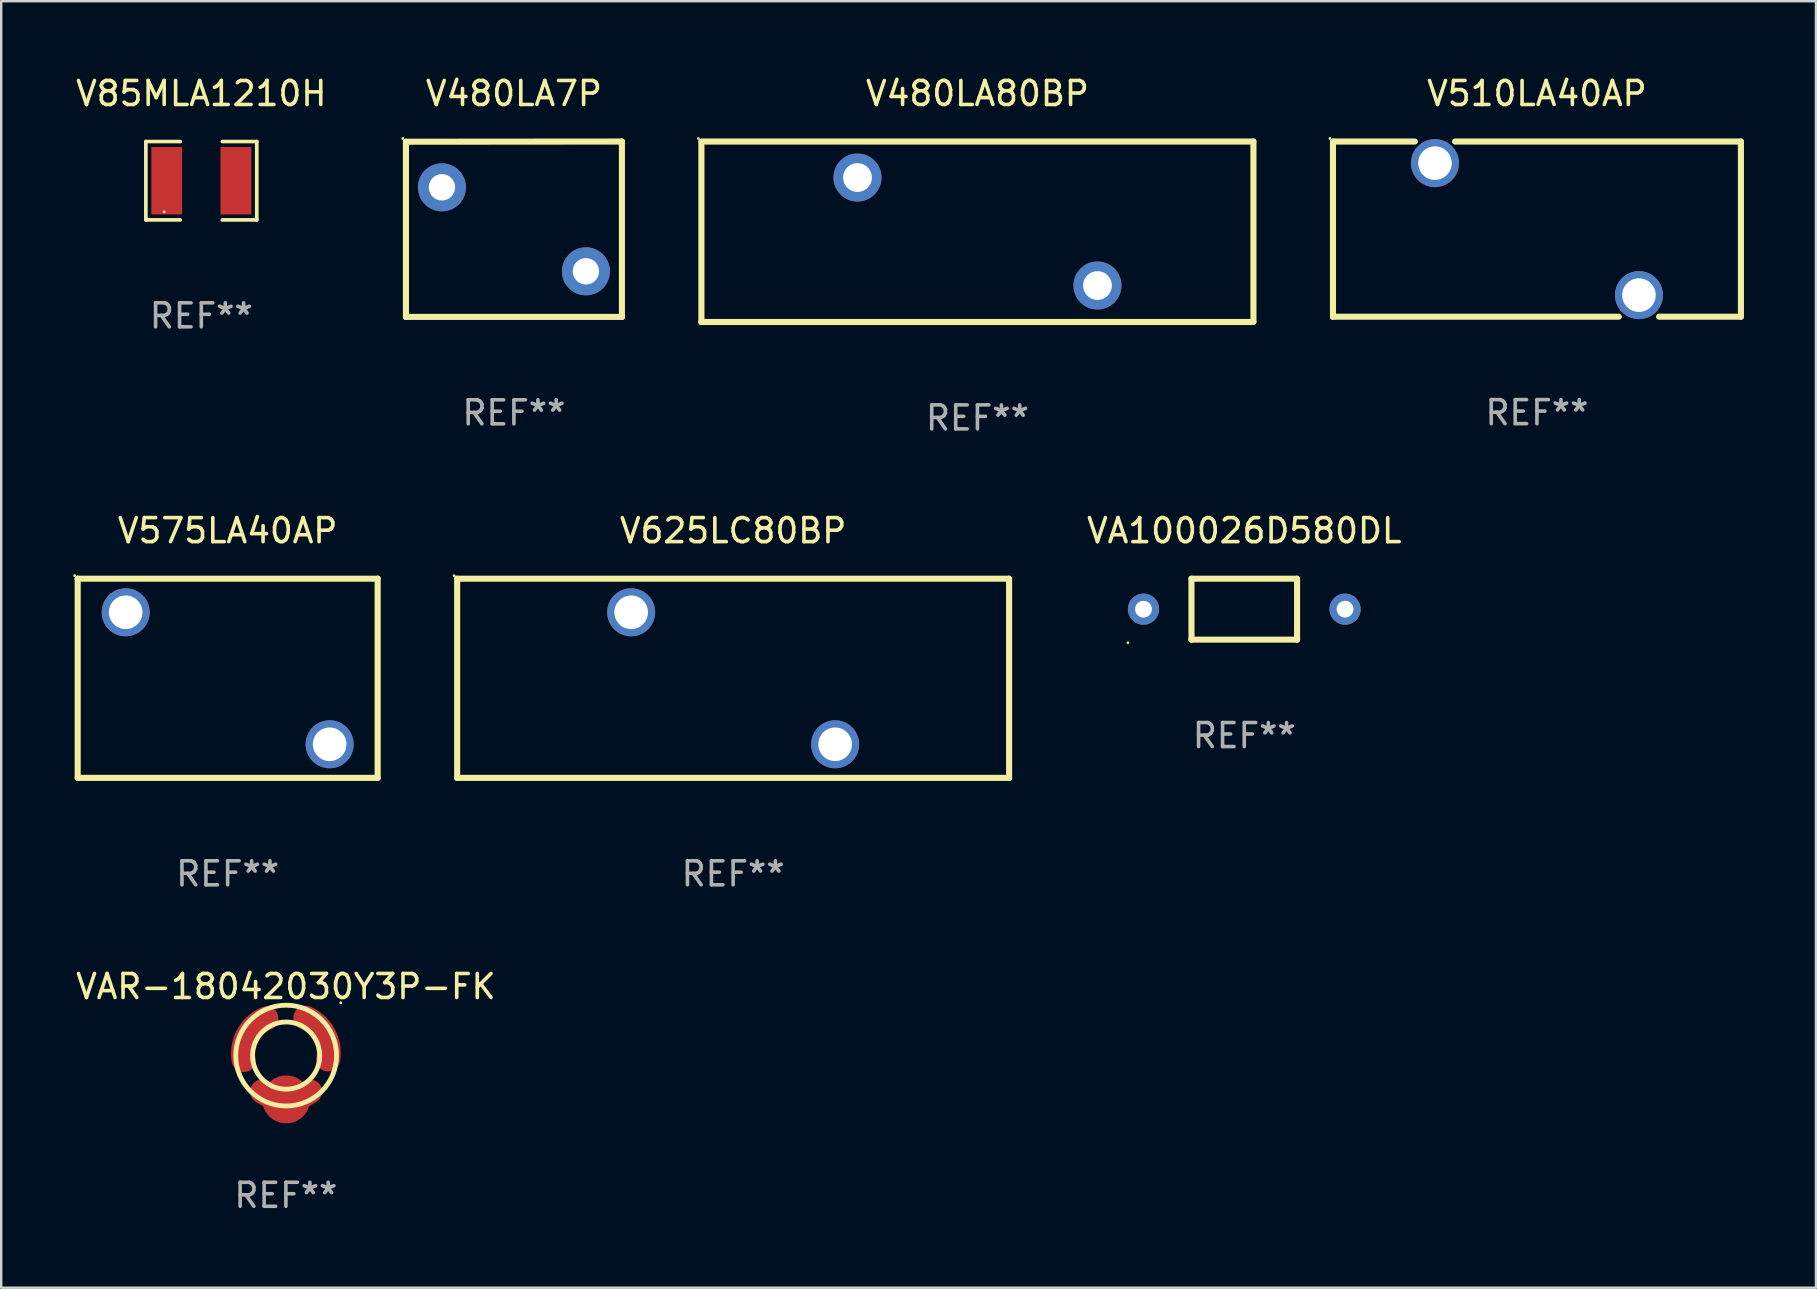
<source format=kicad_pcb>
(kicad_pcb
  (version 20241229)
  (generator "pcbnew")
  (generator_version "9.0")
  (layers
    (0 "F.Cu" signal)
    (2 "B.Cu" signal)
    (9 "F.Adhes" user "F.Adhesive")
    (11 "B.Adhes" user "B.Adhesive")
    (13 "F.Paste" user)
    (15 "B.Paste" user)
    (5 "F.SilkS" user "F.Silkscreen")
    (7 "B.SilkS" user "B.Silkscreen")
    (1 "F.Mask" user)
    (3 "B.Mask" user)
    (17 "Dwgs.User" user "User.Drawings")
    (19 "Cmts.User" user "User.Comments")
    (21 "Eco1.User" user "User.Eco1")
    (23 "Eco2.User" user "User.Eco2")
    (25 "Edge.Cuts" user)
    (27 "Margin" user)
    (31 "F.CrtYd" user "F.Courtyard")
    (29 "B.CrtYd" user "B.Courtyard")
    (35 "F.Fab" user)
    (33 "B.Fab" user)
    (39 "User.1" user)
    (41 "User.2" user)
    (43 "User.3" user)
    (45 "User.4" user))
  (footprint "V625LC80BP"
    (layer "F.Cu")
    (at 27.501 25.215)
    (property "Reference" "V625LC80BP" (at 0 -6.15 0) (layer "F.SilkS") (effects (font (size 1 1) (thickness 0.15))))
    (attr through_hole)
    (fp_line (start -11.5 -4.15) (end 11.5 -4.15) (stroke (width 0.254) (type solid)) (layer "F.SilkS"))
    (fp_line (start -11.5 4.15) (end -11.5 -4.15) (stroke (width 0.254) (type solid)) (layer "F.SilkS"))
    (fp_line (start 11.5 4.15) (end -11.5 4.15) (stroke (width 0.254) (type solid)) (layer "F.SilkS"))
    (fp_line (start 11.5 4.15) (end 11.5 -4.15) (stroke (width 0.254) (type solid)) (layer "F.SilkS"))
    (fp_circle (center -11.627 -4.277) (end -11.597 -4.277) (stroke (width 0.06) (type solid)) (fill no) (layer "F.SilkS"))
    (fp_text user "REF**" (at 0 8.15 0) (layer "F.Fab") (effects (font (size 1 1) (thickness 0.15))))
    (pad "1" thru_hole circle (at -4.25 -2.75) (size 2 2) (drill 1.4) (layers "*.Cu" "*.Mask"))
    (pad "2" thru_hole circle (at 4.25 2.75) (size 2 2) (drill 1.4) (layers "*.Cu" "*.Mask")))
  (footprint "V85MLA1210H"
    (layer "F.Cu")
    (at 5.339 4.481)
    (property "Reference" "V85MLA1210H" (at 0 -3.633 0) (layer "F.SilkS") (effects (font (size 1 1) (thickness 0.15))))
    (attr through_hole)
    (fp_line (start -2.311 -1.633) (end -0.876 -1.633) (stroke (width 0.152) (type solid)) (layer "F.SilkS"))
    (fp_line (start -2.311 1.633) (end -2.311 -1.633) (stroke (width 0.152) (type solid)) (layer "F.SilkS"))
    (fp_line (start -0.876 1.633) (end -2.311 1.633) (stroke (width 0.152) (type solid)) (layer "F.SilkS"))
    (fp_line (start 0.876 1.633) (end 2.311 1.633) (stroke (width 0.152) (type solid)) (layer "F.SilkS"))
    (fp_line (start 2.311 -1.633) (end 0.876 -1.633) (stroke (width 0.152) (type solid)) (layer "F.SilkS"))
    (fp_line (start 2.311 1.633) (end 2.311 -1.633) (stroke (width 0.152) (type solid)) (layer "F.SilkS"))
    (fp_circle (center -1.55 1.3) (end -1.52 1.3) (stroke (width 0.06) (type solid)) (fill no) (layer "F.SilkS"))
    (fp_text user "REF**" (at 0 5.633 0) (layer "F.Fab") (effects (font (size 1 1) (thickness 0.15))))
    (pad "1" smd rect (at -1.441 0) (size 1.283 2.808) (layers "F.Cu" "F.Mask" "F.Paste"))
    (pad "2" smd rect (at 1.441 0) (size 1.283 2.808) (layers "F.Cu" "F.Mask" "F.Paste")))
  (footprint "V510LA40AP"
    (layer "F.Cu")
    (at 60.997 6.498)
    (property "Reference" "V510LA40AP" (at 0 -5.65 0) (layer "F.SilkS") (effects (font (size 1 1) (thickness 0.15))))
    (attr through_hole)
    (fp_line (start -8.5 -3.65) (end -8.5 3.65) (stroke (width 0.254) (type solid)) (layer "F.SilkS"))
    (fp_line (start -8.5 -3.65) (end -5.089 -3.65) (stroke (width 0.254) (type solid)) (layer "F.SilkS"))
    (fp_line (start -8.5 3.65) (end 3.411 3.65) (stroke (width 0.254) (type solid)) (layer "F.SilkS"))
    (fp_line (start -3.411 -3.65) (end 8.5 -3.65) (stroke (width 0.254) (type solid)) (layer "F.SilkS"))
    (fp_line (start 5.089 3.65) (end 8.5 3.65) (stroke (width 0.254) (type solid)) (layer "F.SilkS"))
    (fp_line (start 8.5 -3.65) (end 8.5 3.65) (stroke (width 0.254) (type solid)) (layer "F.SilkS"))
    (fp_circle (center -8.627 -3.777) (end -8.597 -3.777) (stroke (width 0.06) (type solid)) (fill no) (layer "F.SilkS"))
    (fp_text user "REF**" (at 0 7.65 0) (layer "F.Fab") (effects (font (size 1 1) (thickness 0.15))))
    (pad "1" thru_hole circle (at -4.25 -2.75) (size 2 2) (drill 1.4) (layers "*.Cu" "*.Mask"))
    (pad "2" thru_hole circle (at 4.25 2.75) (size 2 2) (drill 1.4) (layers "*.Cu" "*.Mask")))
  (footprint "VA100026D580DL"
    (layer "F.Cu")
    (at 48.801 22.335)
    (property "Reference" "VA100026D580DL" (at 0 -3.27 0) (layer "F.SilkS") (effects (font (size 1 1) (thickness 0.15))))
    (attr through_hole)
    (fp_line (start -2.2 -1.27) (end -2.2 1.27) (stroke (width 0.254) (type solid)) (layer "F.SilkS"))
    (fp_line (start 2.2 -1.27) (end -2.2 -1.27) (stroke (width 0.254) (type solid)) (layer "F.SilkS"))
    (fp_line (start 2.2 -1.27) (end 2.2 1.27) (stroke (width 0.254) (type solid)) (layer "F.SilkS"))
    (fp_line (start 2.2 1.27) (end -2.2 1.27) (stroke (width 0.254) (type solid)) (layer "F.SilkS"))
    (fp_circle (center -4.85 1.397) (end -4.82 1.397) (stroke (width 0.06) (type solid)) (fill no) (layer "F.SilkS"))
    (fp_text user "REF**" (at 0 5.27 0) (layer "F.Fab") (effects (font (size 1 1) (thickness 0.15))))
    (pad "1" thru_hole circle (at -4.2 0) (size 1.3 1.3) (drill 0.7) (layers "*.Cu" "*.Mask"))
    (pad "2" thru_hole circle (at 4.2 0) (size 1.3 1.3) (drill 0.7) (layers "*.Cu" "*.Mask")))
  (footprint "V480LA80BP"
    (layer "F.Cu")
    (at 37.681 6.608)
    (property "Reference" "V480LA80BP" (at 0 -5.76 0) (layer "F.SilkS") (effects (font (size 1 1) (thickness 0.15))))
    (attr through_hole)
    (fp_line (start -11.502 3.76) (end -11.502 -3.738) (stroke (width 0.254) (type solid)) (layer "F.SilkS"))
    (fp_line (start -11.498 -3.76) (end 11.502 -3.76) (stroke (width 0.254) (type solid)) (layer "F.SilkS"))
    (fp_line (start 11.501 3.76) (end -11.502 3.76) (stroke (width 0.254) (type solid)) (layer "F.SilkS"))
    (fp_line (start 11.502 -3.76) (end 11.502 3.74) (stroke (width 0.254) (type solid)) (layer "F.SilkS"))
    (fp_circle (center -11.629 -3.887) (end -11.599 -3.887) (stroke (width 0.06) (type solid)) (fill no) (layer "F.SilkS"))
    (fp_text user "REF**" (at 0 7.76 0) (layer "F.Fab") (effects (font (size 1 1) (thickness 0.15))))
    (pad "1" thru_hole circle (at -4.998 -2.26) (size 2 2) (drill 1.2) (layers "*.Cu" "*.Mask"))
    (pad "2" thru_hole circle (at 5.002 2.24) (size 2 2) (drill 1.2) (layers "*.Cu" "*.Mask")))
  (footprint "V575LA40AP"
    (layer "F.Cu")
    (at 6.437 25.215)
    (property "Reference" "V575LA40AP" (at 0 -6.15 0) (layer "F.SilkS") (effects (font (size 1 1) (thickness 0.15))))
    (attr through_hole)
    (fp_line (start -6.25 4.15) (end -6.25 -4.15) (stroke (width 0.254) (type solid)) (layer "F.SilkS"))
    (fp_line (start -6.25 -4.15) (end 6.25 -4.15) (stroke (width 0.254) (type solid)) (layer "F.SilkS"))
    (fp_line (start 6.25 4.15) (end -6.25 4.15) (stroke (width 0.254) (type solid)) (layer "F.SilkS"))
    (fp_line (start 6.25 4.15) (end 6.25 -4.15) (stroke (width 0.254) (type solid)) (layer "F.SilkS"))
    (fp_circle (center -6.377 -4.277) (end -6.347 -4.277) (stroke (width 0.06) (type solid)) (fill no) (layer "F.SilkS"))
    (fp_text user "REF**" (at 0 8.15 0) (layer "F.Fab") (effects (font (size 1 1) (thickness 0.15))))
    (pad "1" thru_hole circle (at -4.25 -2.75) (size 2 2) (drill 1.4) (layers "*.Cu" "*.Mask"))
    (pad "2" thru_hole circle (at 4.25 2.75) (size 2 2) (drill 1.4) (layers "*.Cu" "*.Mask")))
  (footprint "VAR-18042030Y3P-FK"
    (layer "F.Cu")
    (at 8.863 41.412)
    (property "Reference" "VAR-18042030Y3P-FK" (at 0 -3.351 0) (layer "F.SilkS") (effects (font (size 1 1) (thickness 0.15))))
    (attr through_hole)
    (fp_circle (center 0.011 -0.474) (end 1.411 -0.474) (stroke (width 0.2) (type solid)) (fill no) (layer "F.SilkS"))
    (fp_circle (center 0.011 -0.474) (end 2.111 -0.474) (stroke (width 0.2) (type solid)) (fill no) (layer "F.SilkS"))
    (fp_circle (center 2.285 -2.675) (end 2.315 -2.675) (stroke (width 0.06) (type solid)) (fill no) (layer "F.SilkS"))
    (fp_arc (start -1.761672 -0.284303) (mid -1.553752 -1.30012) (end -0.811684 -2.024308) (stroke (width 0.8) (type solid)) (layer "F.Paste"))
    (fp_arc (start -0.988748 1.022911) (mid 0.011252 0.502255) (end 1.011252 1.022911) (stroke (width 0.8) (type solid)) (layer "F.Paste"))
    (fp_arc (start 1.754204 -0.324359) (mid 1.220902 -1.162533) (end 0.804191 -2.064364) (stroke (width 0.8) (type solid)) (layer "F.Paste"))
    (fp_text user "REF**" (at 0 5.351 0) (layer "F.Fab") (effects (font (size 1 1) (thickness 0.15))))
    (pad "1" smd custom (at 1.591 -1.351) (size 0.974 1.74) (layers "F.Cu" "F.Mask" "F.Paste") (options (anchor circle)) (primitives (gr_poly (pts (xy -0.973 -0.243) (xy -0.93 -0.223) (xy -0.888 -0.202) (xy -0.846 -0.179) (xy -0.806 -0.155) (xy -0.767 -0.128) (xy -0.729 -0.1) (xy -0.692 -0.07) (xy -0.656 -0.039) (xy -0.622 -0.006) (xy -0.59 0.028) (xy -0.559 0.064) (xy -0.529 0.101) (xy -0.501 0.139) (xy -0.475 0.178) (xy -0.45 0.219) (xy -0.428 0.261) (xy -0.407 0.303) (xy -0.388 0.346) (xy -0.371 0.39) (xy -0.356 0.435) (xy -0.343 0.481) (xy -0.331 0.527) (xy -0.322 0.573) (xy -0.315 0.62) (xy -0.31 0.667) (xy -0.307 0.714) (xy -0.306 0.761) (xy -0.307 0.809) (xy -0.31 0.856) (xy -0.315 0.903) (xy -0.322 0.95) (xy -0.327 0.982) (xy -0.329 1.014) (xy -0.33 1.046) (xy -0.328 1.078) (xy -0.324 1.109) (xy -0.319 1.141) (xy -0.311 1.172) (xy -0.301 1.203) (xy -0.29 1.233) (xy -0.276 1.262) (xy -0.261 1.29) (xy -0.244 1.317) (xy -0.225 1.343) (xy -0.204 1.367) (xy -0.182 1.391) (xy -0.159 1.413) (xy -0.134 1.433) (xy -0.108 1.452) (xy -0.081 1.469) (xy -0.053 1.484) (xy -0.023 1.497) (xy 0.006 1.509) (xy 0.037 1.518) (xy 0.068 1.526) (xy 0.1 1.531) (xy 0.132 1.535) (xy 0.164 1.536) (xy 0.196 1.536) (xy 0.228 1.533) (xy 0.259 1.528) (xy 0.291 1.522) (xy 0.322 1.513) (xy 0.352 1.502) (xy 0.381 1.49) (xy 0.41 1.475) (xy 0.437 1.459) (xy 0.464 1.441) (xy 0.489 1.421) (xy 0.513 1.4) (xy 0.536 1.377) (xy 0.557 1.353) (xy 0.577 1.328) (xy 0.594 1.301) (xy 0.611 1.274) (xy 0.625 1.245) (xy 0.637 1.215) (xy 0.648 1.185) (xy 0.656 1.154) (xy 0.663 1.123) (xy 0.673 1.058) (xy 0.681 0.993) (xy 0.688 0.928) (xy 0.692 0.863) (xy 0.694 0.797) (xy 0.694 0.732) (xy 0.692 0.666) (xy 0.688 0.601) (xy 0.682 0.536) (xy 0.674 0.471) (xy 0.664 0.406) (xy 0.652 0.342) (xy 0.638 0.278) (xy 0.621 0.215) (xy 0.603 0.152) (xy 0.583 0.09) (xy 0.561 0.028) (xy 0.537 -0.033) (xy 0.512 -0.093) (xy 0.484 -0.152) (xy 0.454 -0.211) (xy 0.423 -0.268) (xy 0.39 -0.325) (xy 0.355 -0.38) (xy 0.318 -0.434) (xy 0.28 -0.487) (xy 0.24 -0.539) (xy 0.198 -0.59) (xy 0.155 -0.639) (xy 0.111 -0.687) (xy 0.065 -0.733) (xy 0.017 -0.778) (xy -0.032 -0.822) (xy -0.082 -0.864) (xy -0.134 -0.904) (xy -0.186 -0.943) (xy -0.24 -0.98) (xy -0.295 -1.015) (xy -0.352 -1.049) (xy -0.409 -1.08) (xy -0.467 -1.11) (xy -0.526 -1.138) (xy -0.586 -1.165) (xy -0.616 -1.176) (xy -0.647 -1.186) (xy -0.678 -1.193) (xy -0.709 -1.199) (xy -0.741 -1.202) (xy -0.773 -1.204) (xy -0.805 -1.203) (xy -0.837 -1.2) (xy -0.869 -1.196) (xy -0.9 -1.189) (xy -0.931 -1.18) (xy -0.961 -1.17) (xy -0.991 -1.157) (xy -1.019 -1.142) (xy -1.047 -1.126) (xy -1.074 -1.108) (xy -1.099 -1.089) (xy -1.123 -1.067) (xy -1.145 -1.045) (xy -1.166 -1.02) (xy -1.186 -0.995) (xy -1.204 -0.968) (xy -1.22 -0.941) (xy -1.234 -0.912) (xy -1.247 -0.882) (xy -1.257 -0.852) (xy -1.266 -0.821) (xy -1.272 -0.79) (xy -1.277 -0.758) (xy -1.279 -0.726) (xy -1.28 -0.694) (xy -1.278 -0.662) (xy -1.274 -0.63) (xy -1.268 -0.599) (xy -1.261 -0.568) (xy -1.251 -0.537) (xy -1.239 -0.507) (xy -1.226 -0.478) (xy -1.21 -0.45) (xy -1.193 -0.423) (xy -1.175 -0.397) (xy -1.154 -0.372) (xy -1.132 -0.349) (xy -1.109 -0.327) (xy -1.084 -0.307) (xy -1.058 -0.288) (xy -1.031 -0.271) (xy -1.002 -0.256) (xy -0.973 -0.243)) (width 0) (fill yes))))
    (pad "2" smd custom (at -1.591 -1.321) (size 0.974 1.74) (layers "F.Cu" "F.Mask" "F.Paste") (options (anchor circle)) (primitives (gr_poly (pts (xy 0.973 -0.243) (xy 0.93 -0.223) (xy 0.888 -0.202) (xy 0.846 -0.179) (xy 0.806 -0.155) (xy 0.767 -0.128) (xy 0.729 -0.1) (xy 0.692 -0.07) (xy 0.656 -0.039) (xy 0.622 -0.006) (xy 0.59 0.028) (xy 0.559 0.064) (xy 0.529 0.101) (xy 0.501 0.139) (xy 0.475 0.179) (xy 0.451 0.219) (xy 0.428 0.261) (xy 0.407 0.303) (xy 0.388 0.346) (xy 0.371 0.391) (xy 0.356 0.435) (xy 0.343 0.481) (xy 0.331 0.527) (xy 0.322 0.573) (xy 0.315 0.62) (xy 0.31 0.667) (xy 0.307 0.714) (xy 0.306 0.762) (xy 0.307 0.809) (xy 0.31 0.856) (xy 0.315 0.903) (xy 0.322 0.95) (xy 0.327 0.982) (xy 0.329 1.014) (xy 0.33 1.046) (xy 0.328 1.078) (xy 0.324 1.11) (xy 0.319 1.141) (xy 0.311 1.172) (xy 0.301 1.203) (xy 0.29 1.233) (xy 0.276 1.262) (xy 0.261 1.29) (xy 0.244 1.317) (xy 0.225 1.343) (xy 0.204 1.368) (xy 0.182 1.391) (xy 0.159 1.413) (xy 0.134 1.433) (xy 0.108 1.452) (xy 0.081 1.469) (xy 0.053 1.484) (xy 0.024 1.497) (xy -0.006 1.509) (xy -0.037 1.518) (xy -0.068 1.526) (xy -0.1 1.531) (xy -0.132 1.535) (xy -0.164 1.536) (xy -0.196 1.536) (xy -0.228 1.533) (xy -0.259 1.528) (xy -0.291 1.522) (xy -0.321 1.513) (xy -0.352 1.502) (xy -0.381 1.49) (xy -0.41 1.475) (xy -0.437 1.459) (xy -0.464 1.441) (xy -0.489 1.421) (xy -0.513 1.4) (xy -0.536 1.378) (xy -0.557 1.353) (xy -0.576 1.328) (xy -0.594 1.301) (xy -0.61 1.274) (xy -0.625 1.245) (xy -0.637 1.215) (xy -0.648 1.185) (xy -0.656 1.154) (xy -0.663 1.123) (xy -0.673 1.058) (xy -0.681 0.993) (xy -0.688 0.928) (xy -0.692 0.863) (xy -0.694 0.797) (xy -0.694 0.732) (xy -0.692 0.667) (xy -0.688 0.601) (xy -0.682 0.536) (xy -0.674 0.471) (xy -0.664 0.407) (xy -0.652 0.342) (xy -0.638 0.278) (xy -0.621 0.215) (xy -0.603 0.152) (xy -0.583 0.09) (xy -0.561 0.028) (xy -0.537 -0.033) (xy -0.511 -0.093) (xy -0.484 -0.152) (xy -0.454 -0.211) (xy -0.423 -0.268) (xy -0.39 -0.324) (xy -0.355 -0.38) (xy -0.318 -0.434) (xy -0.28 -0.487) (xy -0.24 -0.539) (xy -0.198 -0.59) (xy -0.155 -0.639) (xy -0.111 -0.687) (xy -0.065 -0.733) (xy -0.017 -0.778) (xy 0.032 -0.822) (xy 0.082 -0.864) (xy 0.134 -0.904) (xy 0.186 -0.942) (xy 0.24 -0.98) (xy 0.296 -1.015) (xy 0.352 -1.048) (xy 0.409 -1.08) (xy 0.467 -1.11) (xy 0.526 -1.138) (xy 0.586 -1.165) (xy 0.616 -1.176) (xy 0.647 -1.186) (xy 0.678 -1.193) (xy 0.709 -1.199) (xy 0.741 -1.202) (xy 0.773 -1.204) (xy 0.805 -1.203) (xy 0.837 -1.2) (xy 0.869 -1.196) (xy 0.9 -1.189) (xy 0.931 -1.18) (xy 0.961 -1.169) (xy 0.991 -1.157) (xy 1.019 -1.142) (xy 1.047 -1.126) (xy 1.074 -1.108) (xy 1.099 -1.088) (xy 1.123 -1.067) (xy 1.145 -1.044) (xy 1.167 -1.02) (xy 1.186 -0.995) (xy 1.204 -0.968) (xy 1.22 -0.941) (xy 1.234 -0.912) (xy 1.247 -0.882) (xy 1.257 -0.852) (xy 1.266 -0.821) (xy 1.272 -0.79) (xy 1.277 -0.758) (xy 1.279 -0.726) (xy 1.28 -0.694) (xy 1.278 -0.662) (xy 1.274 -0.63) (xy 1.269 -0.599) (xy 1.261 -0.568) (xy 1.251 -0.537) (xy 1.239 -0.507) (xy 1.226 -0.478) (xy 1.211 -0.45) (xy 1.193 -0.423) (xy 1.175 -0.397) (xy 1.154 -0.372) (xy 1.132 -0.349) (xy 1.109 -0.327) (xy 1.084 -0.307) (xy 1.058 -0.288) (xy 1.031 -0.271) (xy 1.002 -0.256) (xy 0.973 -0.243)) (width 0) (fill yes))))
    (pad "3" smd custom (at 0.011 1.351) (size 2 0.325) (layers "F.Cu" "F.Mask" "F.Paste") (options (anchor circle)) (primitives (gr_poly (pts (xy 0.706 -0.73) (xy 0.665 -0.701) (xy 0.622 -0.674) (xy 0.579 -0.649) (xy 0.534 -0.625) (xy 0.488 -0.604) (xy 0.442 -0.584) (xy 0.395 -0.567) (xy 0.347 -0.551) (xy 0.299 -0.538) (xy 0.25 -0.526) (xy 0.2 -0.517) (xy 0.151 -0.509) (xy 0.101 -0.504) (xy 0.05 -0.501) (xy 0 -0.5) (xy -0.05 -0.501) (xy -0.101 -0.504) (xy -0.151 -0.509) (xy -0.2 -0.517) (xy -0.25 -0.526) (xy -0.299 -0.538) (xy -0.347 -0.551) (xy -0.395 -0.567) (xy -0.442 -0.584) (xy -0.488 -0.604) (xy -0.534 -0.625) (xy -0.579 -0.649) (xy -0.622 -0.674) (xy -0.665 -0.701) (xy -0.706 -0.73) (xy -0.732 -0.748) (xy -0.76 -0.764) (xy -0.789 -0.778) (xy -0.818 -0.791) (xy -0.848 -0.802) (xy -0.879 -0.81) (xy -0.91 -0.817) (xy -0.942 -0.822) (xy -0.974 -0.825) (xy -1.006 -0.825) (xy -1.038 -0.824) (xy -1.07 -0.82) (xy -1.102 -0.815) (xy -1.133 -0.807) (xy -1.163 -0.798) (xy -1.193 -0.786) (xy -1.222 -0.773) (xy -1.251 -0.758) (xy -1.278 -0.741) (xy -1.304 -0.722) (xy -1.329 -0.702) (xy -1.352 -0.68) (xy -1.374 -0.657) (xy -1.395 -0.632) (xy -1.414 -0.606) (xy -1.431 -0.579) (xy -1.446 -0.551) (xy -1.46 -0.522) (xy -1.471 -0.492) (xy -1.481 -0.462) (xy -1.489 -0.431) (xy -1.495 -0.399) (xy -1.498 -0.367) (xy -1.5 -0.335) (xy -1.5 -0.303) (xy -1.497 -0.271) (xy -1.493 -0.239) (xy -1.486 -0.208) (xy -1.478 -0.177) (xy -1.467 -0.147) (xy -1.455 -0.117) (xy -1.44 -0.089) (xy -1.424 -0.061) (xy -1.407 -0.034) (xy -1.387 -0.009) (xy -1.366 0.015) (xy -1.343 0.038) (xy -1.319 0.059) (xy -1.294 0.079) (xy -1.239 0.118) (xy -1.183 0.155) (xy -1.125 0.191) (xy -1.067 0.224) (xy -1.007 0.256) (xy -0.947 0.286) (xy -0.885 0.314) (xy -0.823 0.34) (xy -0.76 0.364) (xy -0.696 0.387) (xy -0.632 0.407) (xy -0.567 0.426) (xy -0.502 0.442) (xy -0.436 0.456) (xy -0.369 0.469) (xy -0.303 0.479) (xy -0.236 0.487) (xy -0.169 0.494) (xy -0.101 0.498) (xy -0.034 0.5) (xy 0.034 0.5) (xy 0.101 0.498) (xy 0.169 0.494) (xy 0.236 0.487) (xy 0.303 0.479) (xy 0.369 0.469) (xy 0.436 0.456) (xy 0.502 0.442) (xy 0.567 0.426) (xy 0.632 0.407) (xy 0.696 0.387) (xy 0.76 0.364) (xy 0.823 0.34) (xy 0.885 0.314) (xy 0.947 0.286) (xy 1.007 0.256) (xy 1.067 0.224) (xy 1.125 0.191) (xy 1.183 0.155) (xy 1.239 0.118) (xy 1.294 0.079) (xy 1.319 0.059) (xy 1.343 0.038) (xy 1.366 0.015) (xy 1.387 -0.009) (xy 1.407 -0.034) (xy 1.424 -0.061) (xy 1.44 -0.089) (xy 1.455 -0.117) (xy 1.467 -0.147) (xy 1.478 -0.177) (xy 1.486 -0.208) (xy 1.493 -0.239) (xy 1.497 -0.271) (xy 1.5 -0.303) (xy 1.5 -0.335) (xy 1.498 -0.367) (xy 1.495 -0.399) (xy 1.489 -0.431) (xy 1.481 -0.462) (xy 1.471 -0.492) (xy 1.46 -0.522) (xy 1.446 -0.551) (xy 1.431 -0.579) (xy 1.414 -0.606) (xy 1.395 -0.632) (xy 1.374 -0.657) (xy 1.352 -0.68) (xy 1.329 -0.702) (xy 1.304 -0.722) (xy 1.278 -0.741) (xy 1.251 -0.758) (xy 1.222 -0.773) (xy 1.193 -0.786) (xy 1.163 -0.798) (xy 1.133 -0.807) (xy 1.102 -0.815) (xy 1.07 -0.82) (xy 1.038 -0.824) (xy 1.006 -0.825) (xy 0.974 -0.825) (xy 0.942 -0.822) (xy 0.91 -0.817) (xy 0.879 -0.81) (xy 0.848 -0.802) (xy 0.818 -0.791) (xy 0.789 -0.778) (xy 0.76 -0.764) (xy 0.732 -0.748) (xy 0.706 -0.73)) (width 0) (fill yes)))))
  (footprint "V480LA7P"
    (layer "F.Cu")
    (at 18.366 6.502)
    (property "Reference" "V480LA7P" (at 0 -5.654 0) (layer "F.SilkS") (effects (font (size 1 1) (thickness 0.15))))
    (attr through_hole)
    (fp_line (start -4.5 -3.646) (end 4.5 -3.654) (stroke (width 0.254) (type solid)) (layer "F.SilkS"))
    (fp_line (start -4.5 3.654) (end -4.5 -3.646) (stroke (width 0.254) (type solid)) (layer "F.SilkS"))
    (fp_line (start 4.5 3.654) (end -4.5 3.654) (stroke (width 0.254) (type solid)) (layer "F.SilkS"))
    (fp_line (start 4.5 3.654) (end 4.5 -3.654) (stroke (width 0.254) (type solid)) (layer "F.SilkS"))
    (fp_circle (center -4.627 -3.781) (end -4.597 -3.781) (stroke (width 0.06) (type solid)) (fill no) (layer "F.SilkS"))
    (fp_text user "REF**" (at 0 7.654 0) (layer "F.Fab") (effects (font (size 1 1) (thickness 0.15))))
    (pad "1" thru_hole circle (at -3 -1.746) (size 2 2) (drill 1.1) (layers "*.Cu" "*.Mask"))
    (pad "2" thru_hole circle (at 3 1.754) (size 2 2) (drill 1.1) (layers "*.Cu" "*.Mask")))
  (gr_rect
    (start -3 -3)
    (end 72.624 50.611)
    (stroke (width 0.1) (type default))
    (fill no)
    (layer "Edge.Cuts")))
</source>
